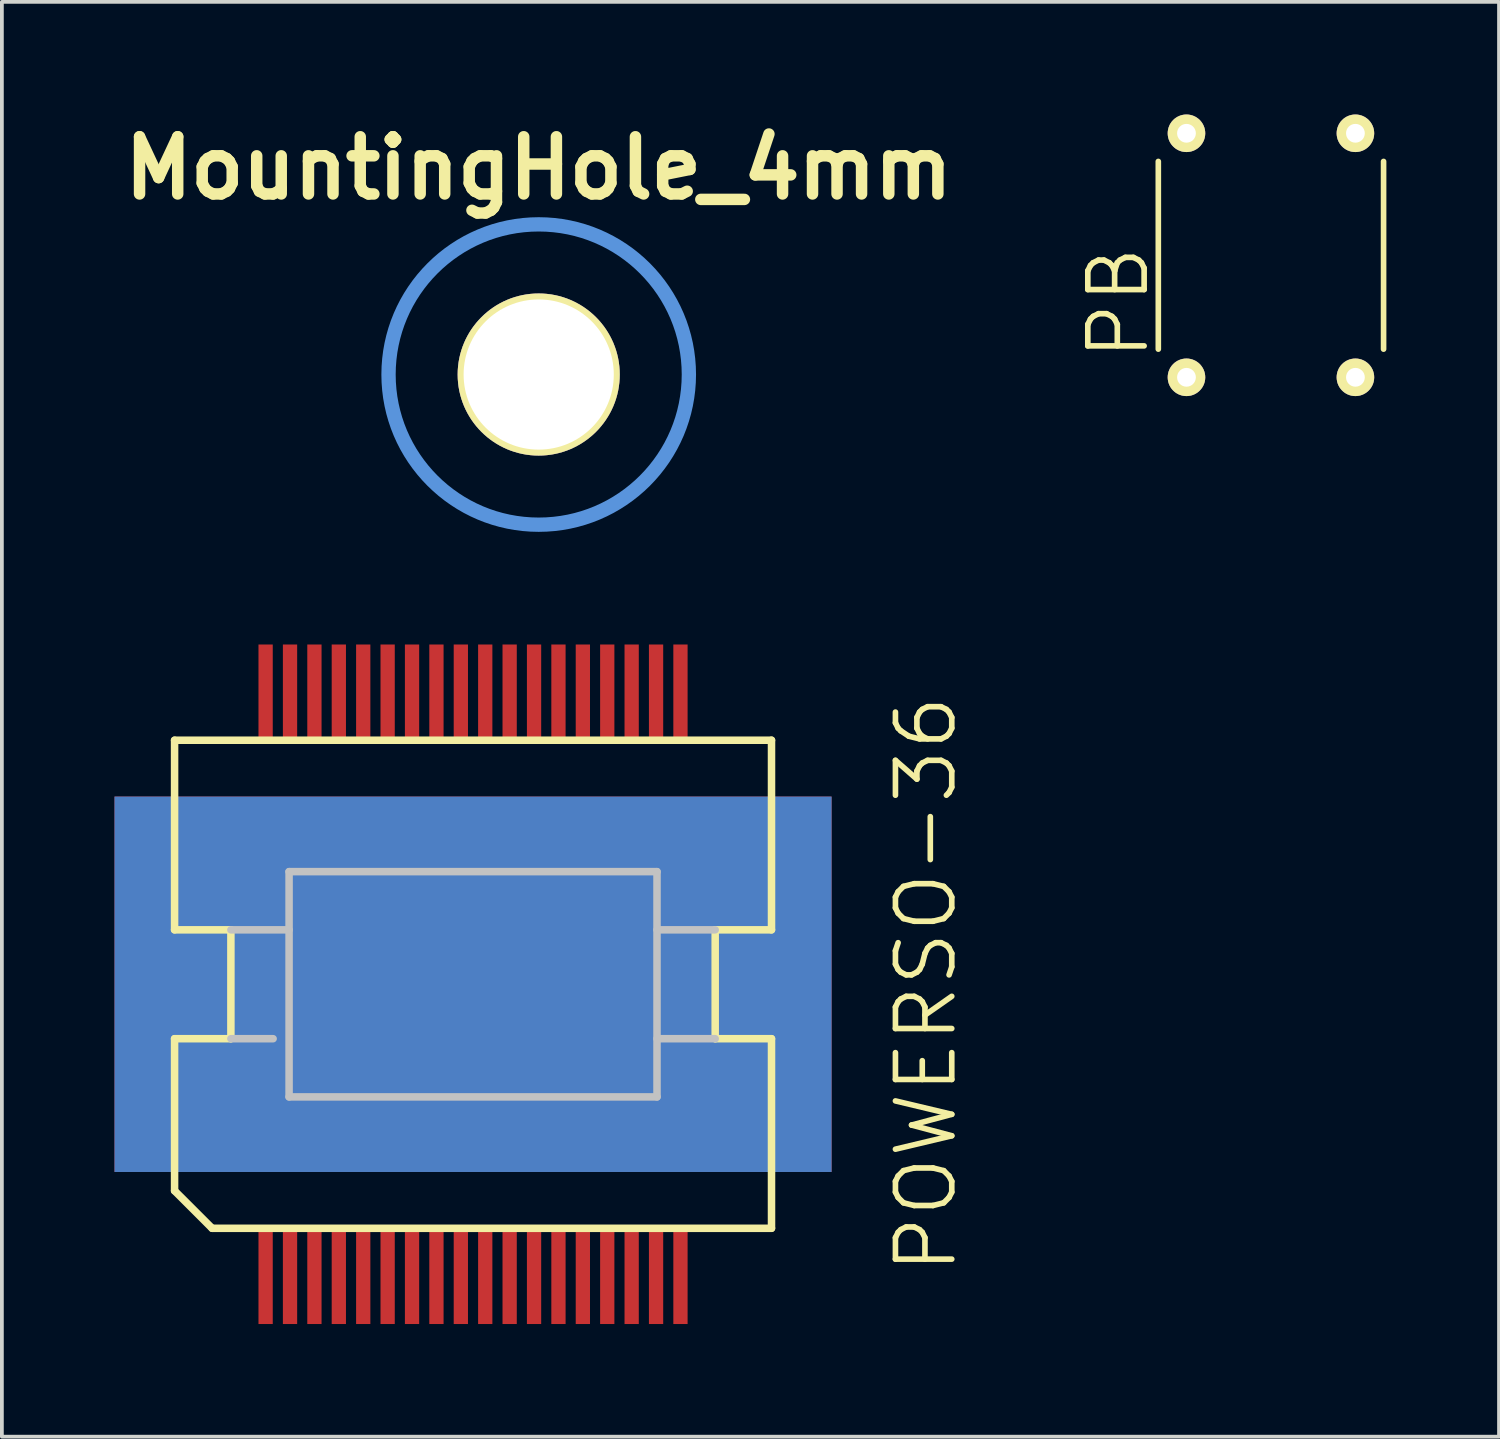
<source format=kicad_pcb>
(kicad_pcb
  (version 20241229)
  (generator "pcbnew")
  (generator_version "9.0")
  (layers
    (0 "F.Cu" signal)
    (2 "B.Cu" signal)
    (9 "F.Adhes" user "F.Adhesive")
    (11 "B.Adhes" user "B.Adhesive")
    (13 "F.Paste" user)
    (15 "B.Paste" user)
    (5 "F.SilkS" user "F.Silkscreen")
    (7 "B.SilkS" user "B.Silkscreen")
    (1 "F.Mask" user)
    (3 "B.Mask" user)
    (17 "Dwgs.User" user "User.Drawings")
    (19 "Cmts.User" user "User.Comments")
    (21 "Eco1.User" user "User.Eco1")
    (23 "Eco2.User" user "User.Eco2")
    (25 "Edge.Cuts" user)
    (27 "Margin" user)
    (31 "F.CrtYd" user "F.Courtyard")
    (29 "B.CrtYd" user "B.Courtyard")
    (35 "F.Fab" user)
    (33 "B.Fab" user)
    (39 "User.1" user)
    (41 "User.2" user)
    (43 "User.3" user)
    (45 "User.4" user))
  (footprint "POWERSO-36"
    (layer "F.Cu")
    (at 9.55 23.167)
    (property "Reference" "POWERSO-36" (at 12.065 0 90) (layer "F.SilkS") (effects (font (size 1.5 1.5) (thickness 0.15))))
    (attr through_hole)
    (fp_line (start -7.95 -6.5) (end 7.95 -6.5) (stroke (width 0.2) (type solid)) (layer "F.SilkS"))
    (fp_line (start -7.95 -1.45) (end -7.95 -6.5) (stroke (width 0.2) (type solid)) (layer "F.SilkS"))
    (fp_line (start -7.95 1.45) (end -7.95 5.5) (stroke (width 0.2) (type solid)) (layer "F.SilkS"))
    (fp_line (start -7.95 5.5) (end -6.95 6.5) (stroke (width 0.2) (type solid)) (layer "F.SilkS"))
    (fp_line (start -6.95 6.5) (end 7.95 6.5) (stroke (width 0.2) (type solid)) (layer "F.SilkS"))
    (fp_line (start -6.45 -1.45) (end -7.95 -1.45) (stroke (width 0.2) (type solid)) (layer "F.SilkS"))
    (fp_line (start -6.45 -1.45) (end -6.45 1.45) (stroke (width 0.2) (type solid)) (layer "F.SilkS"))
    (fp_line (start -6.45 1.45) (end -7.95 1.45) (stroke (width 0.2) (type solid)) (layer "F.SilkS"))
    (fp_line (start 6.45 -1.45) (end 6.45 1.45) (stroke (width 0.2) (type solid)) (layer "F.SilkS"))
    (fp_line (start 6.45 -1.45) (end 7.95 -1.45) (stroke (width 0.2) (type solid)) (layer "F.SilkS"))
    (fp_line (start 6.45 1.45) (end 7.95 1.45) (stroke (width 0.2) (type solid)) (layer "F.SilkS"))
    (fp_line (start 7.95 -1.45) (end 7.95 -6.5) (stroke (width 0.2) (type solid)) (layer "F.SilkS"))
    (fp_line (start 7.95 1.45) (end 7.95 6.5) (stroke (width 0.2) (type solid)) (layer "F.SilkS"))
    (fp_line (start -6.45 -1.45) (end -4.9 -1.45) (stroke (width 0.2) (type solid)) (layer "Dwgs.User"))
    (fp_line (start -6.45 1.45) (end -5.325 1.45) (stroke (width 0.2) (type solid)) (layer "Dwgs.User"))
    (fp_line (start -4.9 -3) (end -4.9 3) (stroke (width 0.2) (type solid)) (layer "Dwgs.User"))
    (fp_line (start -4.9 -3) (end 4.9 -3) (stroke (width 0.2) (type solid)) (layer "Dwgs.User"))
    (fp_line (start -4.9 3) (end 4.9 3) (stroke (width 0.2) (type solid)) (layer "Dwgs.User"))
    (fp_line (start 4.9 3) (end 4.9 -3) (stroke (width 0.2) (type solid)) (layer "Dwgs.User"))
    (fp_line (start 6.45 -1.45) (end 4.9 -1.45) (stroke (width 0.2) (type solid)) (layer "Dwgs.User"))
    (fp_line (start 6.45 1.45) (end 4.9 1.45) (stroke (width 0.2) (type solid)) (layer "Dwgs.User"))
    (pad "1" smd rect (at -5.525 7.8) (size 0.38 2.5) (layers "F.Cu" "F.Mask" "F.Paste"))
    (pad "2" smd rect (at -4.875 7.8) (size 0.38 2.5) (layers "F.Cu" "F.Mask" "F.Paste"))
    (pad "3" smd rect (at -4.225 7.8) (size 0.38 2.5) (layers "F.Cu" "F.Mask" "F.Paste"))
    (pad "4" smd rect (at -3.575 7.8) (size 0.38 2.5) (layers "F.Cu" "F.Mask" "F.Paste"))
    (pad "5" smd rect (at -2.925 7.8) (size 0.38 2.5) (layers "F.Cu" "F.Mask" "F.Paste"))
    (pad "6" smd rect (at -2.275 7.8) (size 0.38 2.5) (layers "F.Cu" "F.Mask" "F.Paste"))
    (pad "7" smd rect (at -1.625 7.8) (size 0.38 2.5) (layers "F.Cu" "F.Mask" "F.Paste"))
    (pad "8" smd rect (at -0.975 7.8) (size 0.38 2.5) (layers "F.Cu" "F.Mask" "F.Paste"))
    (pad "9" smd rect (at -0.325 7.8) (size 0.38 2.5) (layers "F.Cu" "F.Mask" "F.Paste"))
    (pad "10" smd rect (at 0.325 7.8) (size 0.38 2.5) (layers "F.Cu" "F.Mask" "F.Paste"))
    (pad "11" smd rect (at 0.975 7.8) (size 0.38 2.5) (layers "F.Cu" "F.Mask" "F.Paste"))
    (pad "12" smd rect (at 1.625 7.8) (size 0.38 2.5) (layers "F.Cu" "F.Mask" "F.Paste"))
    (pad "13" smd rect (at 2.275 7.8) (size 0.38 2.5) (layers "F.Cu" "F.Mask" "F.Paste"))
    (pad "14" smd rect (at 2.925 7.8) (size 0.38 2.5) (layers "F.Cu" "F.Mask" "F.Paste"))
    (pad "15" smd rect (at 3.575 7.8) (size 0.38 2.5) (layers "F.Cu" "F.Mask" "F.Paste"))
    (pad "16" smd rect (at 4.225 7.8) (size 0.38 2.5) (layers "F.Cu" "F.Mask" "F.Paste"))
    (pad "17" smd rect (at 4.875 7.8) (size 0.38 2.5) (layers "F.Cu" "F.Mask" "F.Paste"))
    (pad "18" smd rect (at 5.525 7.8) (size 0.38 2.5) (layers "F.Cu" "F.Mask" "F.Paste"))
    (pad "19" smd rect (at 5.525 -7.8) (size 0.38 2.5) (layers "F.Cu" "F.Mask" "F.Paste"))
    (pad "20" smd rect (at 4.875 -7.8) (size 0.38 2.5) (layers "F.Cu" "F.Mask" "F.Paste"))
    (pad "21" smd rect (at 4.225 -7.8) (size 0.38 2.5) (layers "F.Cu" "F.Mask" "F.Paste"))
    (pad "22" smd rect (at 3.575 -7.8) (size 0.38 2.5) (layers "F.Cu" "F.Mask" "F.Paste"))
    (pad "23" smd rect (at 2.925 -7.8) (size 0.38 2.5) (layers "F.Cu" "F.Mask" "F.Paste"))
    (pad "24" smd rect (at 2.275 -7.8) (size 0.38 2.5) (layers "F.Cu" "F.Mask" "F.Paste"))
    (pad "25" smd rect (at 1.625 -7.8) (size 0.38 2.5) (layers "F.Cu" "F.Mask" "F.Paste"))
    (pad "26" smd rect (at 0.975 -7.8) (size 0.38 2.5) (layers "F.Cu" "F.Mask" "F.Paste"))
    (pad "27" smd rect (at 0.325 -7.8) (size 0.38 2.5) (layers "F.Cu" "F.Mask" "F.Paste"))
    (pad "28" smd rect (at -0.325 -7.8) (size 0.38 2.5) (layers "F.Cu" "F.Mask" "F.Paste"))
    (pad "29" smd rect (at -0.975 -7.8) (size 0.38 2.5) (layers "F.Cu" "F.Mask" "F.Paste"))
    (pad "30" smd rect (at -1.625 -7.8) (size 0.38 2.5) (layers "F.Cu" "F.Mask" "F.Paste"))
    (pad "31" smd rect (at -2.275 -7.8) (size 0.38 2.5) (layers "F.Cu" "F.Mask" "F.Paste"))
    (pad "32" smd rect (at -2.925 -7.8) (size 0.38 2.5) (layers "F.Cu" "F.Mask" "F.Paste"))
    (pad "33" smd rect (at -3.575 -7.8) (size 0.38 2.5) (layers "F.Cu" "F.Mask" "F.Paste"))
    (pad "34" smd rect (at -4.225 -7.8) (size 0.38 2.5) (layers "F.Cu" "F.Mask" "F.Paste"))
    (pad "35" smd rect (at -4.875 -7.8) (size 0.38 2.5) (layers "F.Cu" "F.Mask" "F.Paste"))
    (pad "36" smd rect (at -5.525 -7.8) (size 0.38 2.5) (layers "F.Cu" "F.Mask" "F.Paste"))
    (pad "PAD" smd rect (at 0 0) (size 19.1 10) (layers "F.Cu" "F.Mask" "F.Paste"))
    (pad "PAD" smd rect (at 0 0) (size 19.1 10) (layers "B.Cu" "B.Mask" "B.Paste")))
  (footprint "PB"
    (layer "F.Cu")
    (at 30.803 3.75)
    (property "Reference" "PB" (at -4.064 1.27 90) (layer "F.SilkS") (effects (font (size 1.5 1.5) (thickness 0.15))))
    (attr through_hole)
    (fp_line (start -3 -2.5) (end -3 2.5) (stroke (width 0.15) (type solid)) (layer "F.SilkS"))
    (fp_line (start 3 -2.5) (end 3 2.5) (stroke (width 0.15) (type solid)) (layer "F.SilkS"))
    (pad "1" thru_hole circle (at -2.25 -3.25) (size 1 1) (drill 0.5) (layers "*.Cu" "*.Mask" "F.SilkS"))
    (pad "1" thru_hole circle (at -2.25 3.25) (size 1 1) (drill 0.5) (layers "*.Cu" "*.Mask" "F.SilkS"))
    (pad "2" thru_hole circle (at 2.25 -3.25) (size 1 1) (drill 0.5) (layers "*.Cu" "*.Mask" "F.SilkS"))
    (pad "2" thru_hole circle (at 2.25 3.25) (size 1 1) (drill 0.5) (layers "*.Cu" "*.Mask" "F.SilkS")))
  (footprint "MountingHole_4mm"
    (layer "F.Cu")
    (at 11.299 6.926)
    (property "Reference" "MountingHole_4mm" (at 0 -5.499 0) (layer "F.SilkS") (effects (font (size 1.524 1.524) (thickness 0.305))))
    (attr through_hole)
    (fp_circle (center 0 0) (end 4 0) (stroke (width 0.381) (type solid)) (fill no) (layer "Cmts.User"))
    (pad "" np_thru_hole circle (at 0 0) (size 4.318 4.318) (drill 4) (layers "*.Cu" "*.Mask" "F.SilkS")))
  (gr_rect
    (start -3 -3)
    (end 36.878 35.217)
    (stroke (width 0.1) (type default))
    (fill no)
    (layer "Edge.Cuts")))
</source>
